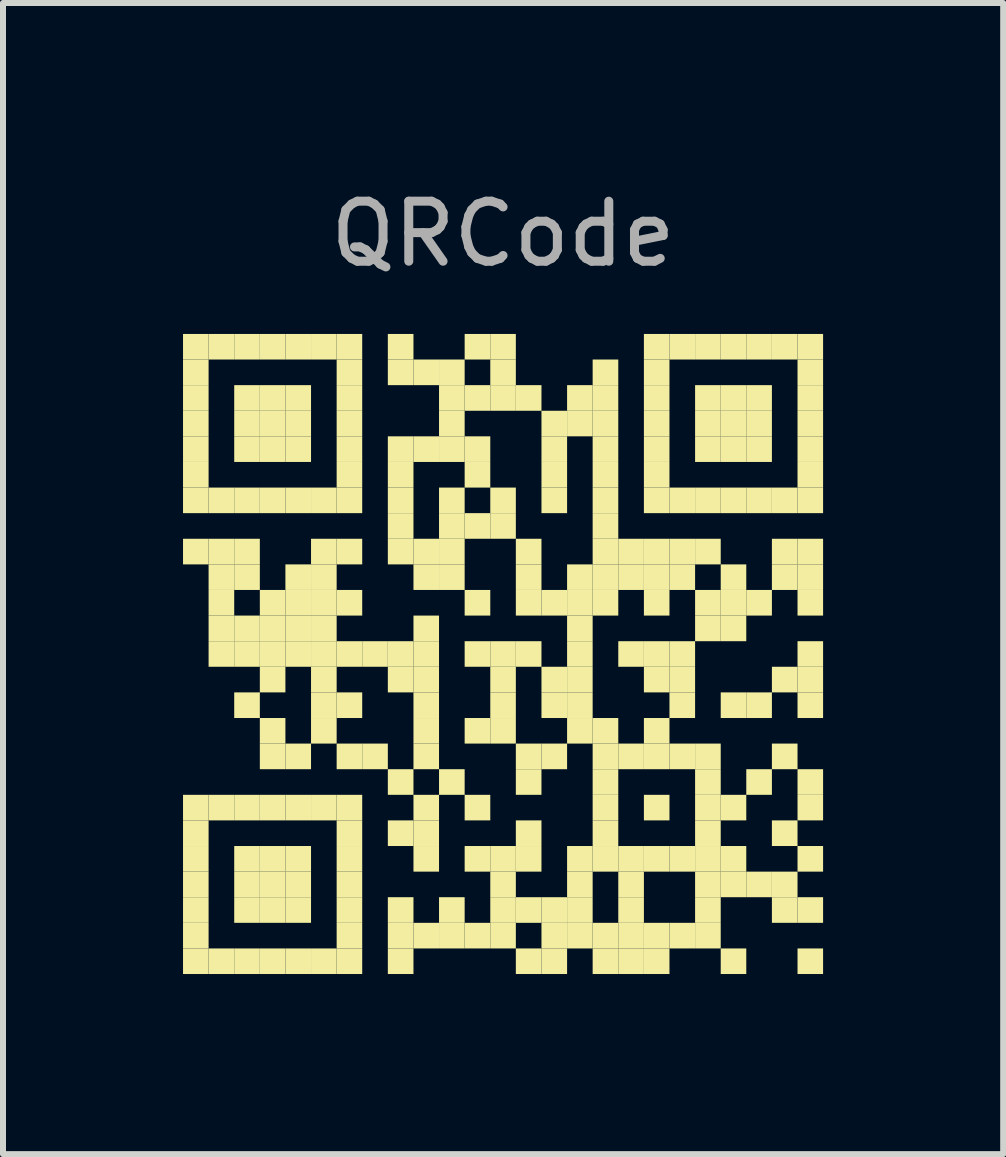
<source format=kicad_pcb>
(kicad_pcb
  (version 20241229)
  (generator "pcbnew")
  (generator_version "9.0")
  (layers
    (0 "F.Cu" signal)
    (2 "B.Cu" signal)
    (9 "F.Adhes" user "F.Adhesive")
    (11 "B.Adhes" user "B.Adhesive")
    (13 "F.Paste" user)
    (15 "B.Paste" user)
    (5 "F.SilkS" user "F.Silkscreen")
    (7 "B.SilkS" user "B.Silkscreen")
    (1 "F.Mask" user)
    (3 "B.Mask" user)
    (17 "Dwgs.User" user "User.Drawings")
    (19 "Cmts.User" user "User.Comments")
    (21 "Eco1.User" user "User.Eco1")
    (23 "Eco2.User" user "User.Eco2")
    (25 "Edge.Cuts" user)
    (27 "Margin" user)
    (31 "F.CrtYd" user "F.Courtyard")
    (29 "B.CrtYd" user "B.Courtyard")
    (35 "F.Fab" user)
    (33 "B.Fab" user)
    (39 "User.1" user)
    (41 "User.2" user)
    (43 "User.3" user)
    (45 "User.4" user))
  (footprint "QRCode"
    (layer "F.Cu")
    (at 5.333 7.848)
    (property "Reference" "QRCode" (at 0 -7 0) (layer "F.Fab") (effects (font (size 1 1) (thickness 0.15))))
    (attr smd)
    (fp_poly (pts (xy -5.333 -5.333) (xy -4.907 -5.333) (xy -4.907 -4.907) (xy -5.333 -4.907) (xy -5.333 -5.333)) (stroke (width 0) (type solid)) (fill yes) (layer "F.SilkS"))
    (fp_poly (pts (xy -5.333 -4.907) (xy -4.907 -4.907) (xy -4.907 -4.48) (xy -5.333 -4.48) (xy -5.333 -4.907)) (stroke (width 0) (type solid)) (fill yes) (layer "F.SilkS"))
    (fp_poly (pts (xy -5.333 -4.48) (xy -4.907 -4.48) (xy -4.907 -4.053) (xy -5.333 -4.053) (xy -5.333 -4.48)) (stroke (width 0) (type solid)) (fill yes) (layer "F.SilkS"))
    (fp_poly (pts (xy -5.333 -4.053) (xy -4.907 -4.053) (xy -4.907 -3.627) (xy -5.333 -3.627) (xy -5.333 -4.053)) (stroke (width 0) (type solid)) (fill yes) (layer "F.SilkS"))
    (fp_poly (pts (xy -5.333 -3.627) (xy -4.907 -3.627) (xy -4.907 -3.2) (xy -5.333 -3.2) (xy -5.333 -3.627)) (stroke (width 0) (type solid)) (fill yes) (layer "F.SilkS"))
    (fp_poly (pts (xy -5.333 -3.2) (xy -4.907 -3.2) (xy -4.907 -2.773) (xy -5.333 -2.773) (xy -5.333 -3.2)) (stroke (width 0) (type solid)) (fill yes) (layer "F.SilkS"))
    (fp_poly (pts (xy -5.333 -2.773) (xy -4.907 -2.773) (xy -4.907 -2.347) (xy -5.333 -2.347) (xy -5.333 -2.773)) (stroke (width 0) (type solid)) (fill yes) (layer "F.SilkS"))
    (fp_poly (pts (xy -5.333 -1.92) (xy -4.907 -1.92) (xy -4.907 -1.493) (xy -5.333 -1.493) (xy -5.333 -1.92)) (stroke (width 0) (type solid)) (fill yes) (layer "F.SilkS"))
    (fp_poly (pts (xy -5.333 2.347) (xy -4.907 2.347) (xy -4.907 2.773) (xy -5.333 2.773) (xy -5.333 2.347)) (stroke (width 0) (type solid)) (fill yes) (layer "F.SilkS"))
    (fp_poly (pts (xy -5.333 2.773) (xy -4.907 2.773) (xy -4.907 3.2) (xy -5.333 3.2) (xy -5.333 2.773)) (stroke (width 0) (type solid)) (fill yes) (layer "F.SilkS"))
    (fp_poly (pts (xy -5.333 3.2) (xy -4.907 3.2) (xy -4.907 3.627) (xy -5.333 3.627) (xy -5.333 3.2)) (stroke (width 0) (type solid)) (fill yes) (layer "F.SilkS"))
    (fp_poly (pts (xy -5.333 3.627) (xy -4.907 3.627) (xy -4.907 4.053) (xy -5.333 4.053) (xy -5.333 3.627)) (stroke (width 0) (type solid)) (fill yes) (layer "F.SilkS"))
    (fp_poly (pts (xy -5.333 4.053) (xy -4.907 4.053) (xy -4.907 4.48) (xy -5.333 4.48) (xy -5.333 4.053)) (stroke (width 0) (type solid)) (fill yes) (layer "F.SilkS"))
    (fp_poly (pts (xy -5.333 4.48) (xy -4.907 4.48) (xy -4.907 4.907) (xy -5.333 4.907) (xy -5.333 4.48)) (stroke (width 0) (type solid)) (fill yes) (layer "F.SilkS"))
    (fp_poly (pts (xy -5.333 4.907) (xy -4.907 4.907) (xy -4.907 5.333) (xy -5.333 5.333) (xy -5.333 4.907)) (stroke (width 0) (type solid)) (fill yes) (layer "F.SilkS"))
    (fp_poly (pts (xy -4.907 -5.333) (xy -4.48 -5.333) (xy -4.48 -4.907) (xy -4.907 -4.907) (xy -4.907 -5.333)) (stroke (width 0) (type solid)) (fill yes) (layer "F.SilkS"))
    (fp_poly (pts (xy -4.907 -2.773) (xy -4.48 -2.773) (xy -4.48 -2.347) (xy -4.907 -2.347) (xy -4.907 -2.773)) (stroke (width 0) (type solid)) (fill yes) (layer "F.SilkS"))
    (fp_poly (pts (xy -4.907 -1.92) (xy -4.48 -1.92) (xy -4.48 -1.493) (xy -4.907 -1.493) (xy -4.907 -1.92)) (stroke (width 0) (type solid)) (fill yes) (layer "F.SilkS"))
    (fp_poly (pts (xy -4.907 -1.493) (xy -4.48 -1.493) (xy -4.48 -1.067) (xy -4.907 -1.067) (xy -4.907 -1.493)) (stroke (width 0) (type solid)) (fill yes) (layer "F.SilkS"))
    (fp_poly (pts (xy -4.907 -1.067) (xy -4.48 -1.067) (xy -4.48 -0.64) (xy -4.907 -0.64) (xy -4.907 -1.067)) (stroke (width 0) (type solid)) (fill yes) (layer "F.SilkS"))
    (fp_poly (pts (xy -4.907 -0.64) (xy -4.48 -0.64) (xy -4.48 -0.213) (xy -4.907 -0.213) (xy -4.907 -0.64)) (stroke (width 0) (type solid)) (fill yes) (layer "F.SilkS"))
    (fp_poly (pts (xy -4.907 -0.213) (xy -4.48 -0.213) (xy -4.48 0.213) (xy -4.907 0.213) (xy -4.907 -0.213)) (stroke (width 0) (type solid)) (fill yes) (layer "F.SilkS"))
    (fp_poly (pts (xy -4.907 2.347) (xy -4.48 2.347) (xy -4.48 2.773) (xy -4.907 2.773) (xy -4.907 2.347)) (stroke (width 0) (type solid)) (fill yes) (layer "F.SilkS"))
    (fp_poly (pts (xy -4.907 4.907) (xy -4.48 4.907) (xy -4.48 5.333) (xy -4.907 5.333) (xy -4.907 4.907)) (stroke (width 0) (type solid)) (fill yes) (layer "F.SilkS"))
    (fp_poly (pts (xy -4.48 -5.333) (xy -4.053 -5.333) (xy -4.053 -4.907) (xy -4.48 -4.907) (xy -4.48 -5.333)) (stroke (width 0) (type solid)) (fill yes) (layer "F.SilkS"))
    (fp_poly (pts (xy -4.48 -4.48) (xy -4.053 -4.48) (xy -4.053 -4.053) (xy -4.48 -4.053) (xy -4.48 -4.48)) (stroke (width 0) (type solid)) (fill yes) (layer "F.SilkS"))
    (fp_poly (pts (xy -4.48 -4.053) (xy -4.053 -4.053) (xy -4.053 -3.627) (xy -4.48 -3.627) (xy -4.48 -4.053)) (stroke (width 0) (type solid)) (fill yes) (layer "F.SilkS"))
    (fp_poly (pts (xy -4.48 -3.627) (xy -4.053 -3.627) (xy -4.053 -3.2) (xy -4.48 -3.2) (xy -4.48 -3.627)) (stroke (width 0) (type solid)) (fill yes) (layer "F.SilkS"))
    (fp_poly (pts (xy -4.48 -2.773) (xy -4.053 -2.773) (xy -4.053 -2.347) (xy -4.48 -2.347) (xy -4.48 -2.773)) (stroke (width 0) (type solid)) (fill yes) (layer "F.SilkS"))
    (fp_poly (pts (xy -4.48 -1.92) (xy -4.053 -1.92) (xy -4.053 -1.493) (xy -4.48 -1.493) (xy -4.48 -1.92)) (stroke (width 0) (type solid)) (fill yes) (layer "F.SilkS"))
    (fp_poly (pts (xy -4.48 -1.493) (xy -4.053 -1.493) (xy -4.053 -1.067) (xy -4.48 -1.067) (xy -4.48 -1.493)) (stroke (width 0) (type solid)) (fill yes) (layer "F.SilkS"))
    (fp_poly (pts (xy -4.48 -0.64) (xy -4.053 -0.64) (xy -4.053 -0.213) (xy -4.48 -0.213) (xy -4.48 -0.64)) (stroke (width 0) (type solid)) (fill yes) (layer "F.SilkS"))
    (fp_poly (pts (xy -4.48 -0.213) (xy -4.053 -0.213) (xy -4.053 0.213) (xy -4.48 0.213) (xy -4.48 -0.213)) (stroke (width 0) (type solid)) (fill yes) (layer "F.SilkS"))
    (fp_poly (pts (xy -4.48 0.64) (xy -4.053 0.64) (xy -4.053 1.067) (xy -4.48 1.067) (xy -4.48 0.64)) (stroke (width 0) (type solid)) (fill yes) (layer "F.SilkS"))
    (fp_poly (pts (xy -4.48 2.347) (xy -4.053 2.347) (xy -4.053 2.773) (xy -4.48 2.773) (xy -4.48 2.347)) (stroke (width 0) (type solid)) (fill yes) (layer "F.SilkS"))
    (fp_poly (pts (xy -4.48 3.2) (xy -4.053 3.2) (xy -4.053 3.627) (xy -4.48 3.627) (xy -4.48 3.2)) (stroke (width 0) (type solid)) (fill yes) (layer "F.SilkS"))
    (fp_poly (pts (xy -4.48 3.627) (xy -4.053 3.627) (xy -4.053 4.053) (xy -4.48 4.053) (xy -4.48 3.627)) (stroke (width 0) (type solid)) (fill yes) (layer "F.SilkS"))
    (fp_poly (pts (xy -4.48 4.053) (xy -4.053 4.053) (xy -4.053 4.48) (xy -4.48 4.48) (xy -4.48 4.053)) (stroke (width 0) (type solid)) (fill yes) (layer "F.SilkS"))
    (fp_poly (pts (xy -4.48 4.907) (xy -4.053 4.907) (xy -4.053 5.333) (xy -4.48 5.333) (xy -4.48 4.907)) (stroke (width 0) (type solid)) (fill yes) (layer "F.SilkS"))
    (fp_poly (pts (xy -4.053 -5.333) (xy -3.627 -5.333) (xy -3.627 -4.907) (xy -4.053 -4.907) (xy -4.053 -5.333)) (stroke (width 0) (type solid)) (fill yes) (layer "F.SilkS"))
    (fp_poly (pts (xy -4.053 -4.48) (xy -3.627 -4.48) (xy -3.627 -4.053) (xy -4.053 -4.053) (xy -4.053 -4.48)) (stroke (width 0) (type solid)) (fill yes) (layer "F.SilkS"))
    (fp_poly (pts (xy -4.053 -4.053) (xy -3.627 -4.053) (xy -3.627 -3.627) (xy -4.053 -3.627) (xy -4.053 -4.053)) (stroke (width 0) (type solid)) (fill yes) (layer "F.SilkS"))
    (fp_poly (pts (xy -4.053 -3.627) (xy -3.627 -3.627) (xy -3.627 -3.2) (xy -4.053 -3.2) (xy -4.053 -3.627)) (stroke (width 0) (type solid)) (fill yes) (layer "F.SilkS"))
    (fp_poly (pts (xy -4.053 -2.773) (xy -3.627 -2.773) (xy -3.627 -2.347) (xy -4.053 -2.347) (xy -4.053 -2.773)) (stroke (width 0) (type solid)) (fill yes) (layer "F.SilkS"))
    (fp_poly (pts (xy -4.053 -1.067) (xy -3.627 -1.067) (xy -3.627 -0.64) (xy -4.053 -0.64) (xy -4.053 -1.067)) (stroke (width 0) (type solid)) (fill yes) (layer "F.SilkS"))
    (fp_poly (pts (xy -4.053 -0.64) (xy -3.627 -0.64) (xy -3.627 -0.213) (xy -4.053 -0.213) (xy -4.053 -0.64)) (stroke (width 0) (type solid)) (fill yes) (layer "F.SilkS"))
    (fp_poly (pts (xy -4.053 -0.213) (xy -3.627 -0.213) (xy -3.627 0.213) (xy -4.053 0.213) (xy -4.053 -0.213)) (stroke (width 0) (type solid)) (fill yes) (layer "F.SilkS"))
    (fp_poly (pts (xy -4.053 0.213) (xy -3.627 0.213) (xy -3.627 0.64) (xy -4.053 0.64) (xy -4.053 0.213)) (stroke (width 0) (type solid)) (fill yes) (layer "F.SilkS"))
    (fp_poly (pts (xy -4.053 1.067) (xy -3.627 1.067) (xy -3.627 1.493) (xy -4.053 1.493) (xy -4.053 1.067)) (stroke (width 0) (type solid)) (fill yes) (layer "F.SilkS"))
    (fp_poly (pts (xy -4.053 1.493) (xy -3.627 1.493) (xy -3.627 1.92) (xy -4.053 1.92) (xy -4.053 1.493)) (stroke (width 0) (type solid)) (fill yes) (layer "F.SilkS"))
    (fp_poly (pts (xy -4.053 2.347) (xy -3.627 2.347) (xy -3.627 2.773) (xy -4.053 2.773) (xy -4.053 2.347)) (stroke (width 0) (type solid)) (fill yes) (layer "F.SilkS"))
    (fp_poly (pts (xy -4.053 3.2) (xy -3.627 3.2) (xy -3.627 3.627) (xy -4.053 3.627) (xy -4.053 3.2)) (stroke (width 0) (type solid)) (fill yes) (layer "F.SilkS"))
    (fp_poly (pts (xy -4.053 3.627) (xy -3.627 3.627) (xy -3.627 4.053) (xy -4.053 4.053) (xy -4.053 3.627)) (stroke (width 0) (type solid)) (fill yes) (layer "F.SilkS"))
    (fp_poly (pts (xy -4.053 4.053) (xy -3.627 4.053) (xy -3.627 4.48) (xy -4.053 4.48) (xy -4.053 4.053)) (stroke (width 0) (type solid)) (fill yes) (layer "F.SilkS"))
    (fp_poly (pts (xy -4.053 4.907) (xy -3.627 4.907) (xy -3.627 5.333) (xy -4.053 5.333) (xy -4.053 4.907)) (stroke (width 0) (type solid)) (fill yes) (layer "F.SilkS"))
    (fp_poly (pts (xy -3.627 -5.333) (xy -3.2 -5.333) (xy -3.2 -4.907) (xy -3.627 -4.907) (xy -3.627 -5.333)) (stroke (width 0) (type solid)) (fill yes) (layer "F.SilkS"))
    (fp_poly (pts (xy -3.627 -4.48) (xy -3.2 -4.48) (xy -3.2 -4.053) (xy -3.627 -4.053) (xy -3.627 -4.48)) (stroke (width 0) (type solid)) (fill yes) (layer "F.SilkS"))
    (fp_poly (pts (xy -3.627 -4.053) (xy -3.2 -4.053) (xy -3.2 -3.627) (xy -3.627 -3.627) (xy -3.627 -4.053)) (stroke (width 0) (type solid)) (fill yes) (layer "F.SilkS"))
    (fp_poly (pts (xy -3.627 -3.627) (xy -3.2 -3.627) (xy -3.2 -3.2) (xy -3.627 -3.2) (xy -3.627 -3.627)) (stroke (width 0) (type solid)) (fill yes) (layer "F.SilkS"))
    (fp_poly (pts (xy -3.627 -2.773) (xy -3.2 -2.773) (xy -3.2 -2.347) (xy -3.627 -2.347) (xy -3.627 -2.773)) (stroke (width 0) (type solid)) (fill yes) (layer "F.SilkS"))
    (fp_poly (pts (xy -3.627 -1.493) (xy -3.2 -1.493) (xy -3.2 -1.067) (xy -3.627 -1.067) (xy -3.627 -1.493)) (stroke (width 0) (type solid)) (fill yes) (layer "F.SilkS"))
    (fp_poly (pts (xy -3.627 -1.067) (xy -3.2 -1.067) (xy -3.2 -0.64) (xy -3.627 -0.64) (xy -3.627 -1.067)) (stroke (width 0) (type solid)) (fill yes) (layer "F.SilkS"))
    (fp_poly (pts (xy -3.627 -0.64) (xy -3.2 -0.64) (xy -3.2 -0.213) (xy -3.627 -0.213) (xy -3.627 -0.64)) (stroke (width 0) (type solid)) (fill yes) (layer "F.SilkS"))
    (fp_poly (pts (xy -3.627 -0.213) (xy -3.2 -0.213) (xy -3.2 0.213) (xy -3.627 0.213) (xy -3.627 -0.213)) (stroke (width 0) (type solid)) (fill yes) (layer "F.SilkS"))
    (fp_poly (pts (xy -3.627 1.493) (xy -3.2 1.493) (xy -3.2 1.92) (xy -3.627 1.92) (xy -3.627 1.493)) (stroke (width 0) (type solid)) (fill yes) (layer "F.SilkS"))
    (fp_poly (pts (xy -3.627 2.347) (xy -3.2 2.347) (xy -3.2 2.773) (xy -3.627 2.773) (xy -3.627 2.347)) (stroke (width 0) (type solid)) (fill yes) (layer "F.SilkS"))
    (fp_poly (pts (xy -3.627 3.2) (xy -3.2 3.2) (xy -3.2 3.627) (xy -3.627 3.627) (xy -3.627 3.2)) (stroke (width 0) (type solid)) (fill yes) (layer "F.SilkS"))
    (fp_poly (pts (xy -3.627 3.627) (xy -3.2 3.627) (xy -3.2 4.053) (xy -3.627 4.053) (xy -3.627 3.627)) (stroke (width 0) (type solid)) (fill yes) (layer "F.SilkS"))
    (fp_poly (pts (xy -3.627 4.053) (xy -3.2 4.053) (xy -3.2 4.48) (xy -3.627 4.48) (xy -3.627 4.053)) (stroke (width 0) (type solid)) (fill yes) (layer "F.SilkS"))
    (fp_poly (pts (xy -3.627 4.907) (xy -3.2 4.907) (xy -3.2 5.333) (xy -3.627 5.333) (xy -3.627 4.907)) (stroke (width 0) (type solid)) (fill yes) (layer "F.SilkS"))
    (fp_poly (pts (xy -3.2 -5.333) (xy -2.773 -5.333) (xy -2.773 -4.907) (xy -3.2 -4.907) (xy -3.2 -5.333)) (stroke (width 0) (type solid)) (fill yes) (layer "F.SilkS"))
    (fp_poly (pts (xy -3.2 -2.773) (xy -2.773 -2.773) (xy -2.773 -2.347) (xy -3.2 -2.347) (xy -3.2 -2.773)) (stroke (width 0) (type solid)) (fill yes) (layer "F.SilkS"))
    (fp_poly (pts (xy -3.2 -1.92) (xy -2.773 -1.92) (xy -2.773 -1.493) (xy -3.2 -1.493) (xy -3.2 -1.92)) (stroke (width 0) (type solid)) (fill yes) (layer "F.SilkS"))
    (fp_poly (pts (xy -3.2 -1.493) (xy -2.773 -1.493) (xy -2.773 -1.067) (xy -3.2 -1.067) (xy -3.2 -1.493)) (stroke (width 0) (type solid)) (fill yes) (layer "F.SilkS"))
    (fp_poly (pts (xy -3.2 -1.067) (xy -2.773 -1.067) (xy -2.773 -0.64) (xy -3.2 -0.64) (xy -3.2 -1.067)) (stroke (width 0) (type solid)) (fill yes) (layer "F.SilkS"))
    (fp_poly (pts (xy -3.2 -0.64) (xy -2.773 -0.64) (xy -2.773 -0.213) (xy -3.2 -0.213) (xy -3.2 -0.64)) (stroke (width 0) (type solid)) (fill yes) (layer "F.SilkS"))
    (fp_poly (pts (xy -3.2 -0.213) (xy -2.773 -0.213) (xy -2.773 0.213) (xy -3.2 0.213) (xy -3.2 -0.213)) (stroke (width 0) (type solid)) (fill yes) (layer "F.SilkS"))
    (fp_poly (pts (xy -3.2 0.213) (xy -2.773 0.213) (xy -2.773 0.64) (xy -3.2 0.64) (xy -3.2 0.213)) (stroke (width 0) (type solid)) (fill yes) (layer "F.SilkS"))
    (fp_poly (pts (xy -3.2 0.64) (xy -2.773 0.64) (xy -2.773 1.067) (xy -3.2 1.067) (xy -3.2 0.64)) (stroke (width 0) (type solid)) (fill yes) (layer "F.SilkS"))
    (fp_poly (pts (xy -3.2 1.067) (xy -2.773 1.067) (xy -2.773 1.493) (xy -3.2 1.493) (xy -3.2 1.067)) (stroke (width 0) (type solid)) (fill yes) (layer "F.SilkS"))
    (fp_poly (pts (xy -3.2 2.347) (xy -2.773 2.347) (xy -2.773 2.773) (xy -3.2 2.773) (xy -3.2 2.347)) (stroke (width 0) (type solid)) (fill yes) (layer "F.SilkS"))
    (fp_poly (pts (xy -3.2 4.907) (xy -2.773 4.907) (xy -2.773 5.333) (xy -3.2 5.333) (xy -3.2 4.907)) (stroke (width 0) (type solid)) (fill yes) (layer "F.SilkS"))
    (fp_poly (pts (xy -2.773 -5.333) (xy -2.347 -5.333) (xy -2.347 -4.907) (xy -2.773 -4.907) (xy -2.773 -5.333)) (stroke (width 0) (type solid)) (fill yes) (layer "F.SilkS"))
    (fp_poly (pts (xy -2.773 -4.907) (xy -2.347 -4.907) (xy -2.347 -4.48) (xy -2.773 -4.48) (xy -2.773 -4.907)) (stroke (width 0) (type solid)) (fill yes) (layer "F.SilkS"))
    (fp_poly (pts (xy -2.773 -4.48) (xy -2.347 -4.48) (xy -2.347 -4.053) (xy -2.773 -4.053) (xy -2.773 -4.48)) (stroke (width 0) (type solid)) (fill yes) (layer "F.SilkS"))
    (fp_poly (pts (xy -2.773 -4.053) (xy -2.347 -4.053) (xy -2.347 -3.627) (xy -2.773 -3.627) (xy -2.773 -4.053)) (stroke (width 0) (type solid)) (fill yes) (layer "F.SilkS"))
    (fp_poly (pts (xy -2.773 -3.627) (xy -2.347 -3.627) (xy -2.347 -3.2) (xy -2.773 -3.2) (xy -2.773 -3.627)) (stroke (width 0) (type solid)) (fill yes) (layer "F.SilkS"))
    (fp_poly (pts (xy -2.773 -3.2) (xy -2.347 -3.2) (xy -2.347 -2.773) (xy -2.773 -2.773) (xy -2.773 -3.2)) (stroke (width 0) (type solid)) (fill yes) (layer "F.SilkS"))
    (fp_poly (pts (xy -2.773 -2.773) (xy -2.347 -2.773) (xy -2.347 -2.347) (xy -2.773 -2.347) (xy -2.773 -2.773)) (stroke (width 0) (type solid)) (fill yes) (layer "F.SilkS"))
    (fp_poly (pts (xy -2.773 -1.92) (xy -2.347 -1.92) (xy -2.347 -1.493) (xy -2.773 -1.493) (xy -2.773 -1.92)) (stroke (width 0) (type solid)) (fill yes) (layer "F.SilkS"))
    (fp_poly (pts (xy -2.773 -1.067) (xy -2.347 -1.067) (xy -2.347 -0.64) (xy -2.773 -0.64) (xy -2.773 -1.067)) (stroke (width 0) (type solid)) (fill yes) (layer "F.SilkS"))
    (fp_poly (pts (xy -2.773 -0.213) (xy -2.347 -0.213) (xy -2.347 0.213) (xy -2.773 0.213) (xy -2.773 -0.213)) (stroke (width 0) (type solid)) (fill yes) (layer "F.SilkS"))
    (fp_poly (pts (xy -2.773 0.64) (xy -2.347 0.64) (xy -2.347 1.067) (xy -2.773 1.067) (xy -2.773 0.64)) (stroke (width 0) (type solid)) (fill yes) (layer "F.SilkS"))
    (fp_poly (pts (xy -2.773 1.493) (xy -2.347 1.493) (xy -2.347 1.92) (xy -2.773 1.92) (xy -2.773 1.493)) (stroke (width 0) (type solid)) (fill yes) (layer "F.SilkS"))
    (fp_poly (pts (xy -2.773 2.347) (xy -2.347 2.347) (xy -2.347 2.773) (xy -2.773 2.773) (xy -2.773 2.347)) (stroke (width 0) (type solid)) (fill yes) (layer "F.SilkS"))
    (fp_poly (pts (xy -2.773 2.773) (xy -2.347 2.773) (xy -2.347 3.2) (xy -2.773 3.2) (xy -2.773 2.773)) (stroke (width 0) (type solid)) (fill yes) (layer "F.SilkS"))
    (fp_poly (pts (xy -2.773 3.2) (xy -2.347 3.2) (xy -2.347 3.627) (xy -2.773 3.627) (xy -2.773 3.2)) (stroke (width 0) (type solid)) (fill yes) (layer "F.SilkS"))
    (fp_poly (pts (xy -2.773 3.627) (xy -2.347 3.627) (xy -2.347 4.053) (xy -2.773 4.053) (xy -2.773 3.627)) (stroke (width 0) (type solid)) (fill yes) (layer "F.SilkS"))
    (fp_poly (pts (xy -2.773 4.053) (xy -2.347 4.053) (xy -2.347 4.48) (xy -2.773 4.48) (xy -2.773 4.053)) (stroke (width 0) (type solid)) (fill yes) (layer "F.SilkS"))
    (fp_poly (pts (xy -2.773 4.48) (xy -2.347 4.48) (xy -2.347 4.907) (xy -2.773 4.907) (xy -2.773 4.48)) (stroke (width 0) (type solid)) (fill yes) (layer "F.SilkS"))
    (fp_poly (pts (xy -2.773 4.907) (xy -2.347 4.907) (xy -2.347 5.333) (xy -2.773 5.333) (xy -2.773 4.907)) (stroke (width 0) (type solid)) (fill yes) (layer "F.SilkS"))
    (fp_poly (pts (xy -2.347 -0.213) (xy -1.92 -0.213) (xy -1.92 0.213) (xy -2.347 0.213) (xy -2.347 -0.213)) (stroke (width 0) (type solid)) (fill yes) (layer "F.SilkS"))
    (fp_poly (pts (xy -2.347 1.493) (xy -1.92 1.493) (xy -1.92 1.92) (xy -2.347 1.92) (xy -2.347 1.493)) (stroke (width 0) (type solid)) (fill yes) (layer "F.SilkS"))
    (fp_poly (pts (xy -1.92 -5.333) (xy -1.493 -5.333) (xy -1.493 -4.907) (xy -1.92 -4.907) (xy -1.92 -5.333)) (stroke (width 0) (type solid)) (fill yes) (layer "F.SilkS"))
    (fp_poly (pts (xy -1.92 -4.907) (xy -1.493 -4.907) (xy -1.493 -4.48) (xy -1.92 -4.48) (xy -1.92 -4.907)) (stroke (width 0) (type solid)) (fill yes) (layer "F.SilkS"))
    (fp_poly (pts (xy -1.92 -3.627) (xy -1.493 -3.627) (xy -1.493 -3.2) (xy -1.92 -3.2) (xy -1.92 -3.627)) (stroke (width 0) (type solid)) (fill yes) (layer "F.SilkS"))
    (fp_poly (pts (xy -1.92 -3.2) (xy -1.493 -3.2) (xy -1.493 -2.773) (xy -1.92 -2.773) (xy -1.92 -3.2)) (stroke (width 0) (type solid)) (fill yes) (layer "F.SilkS"))
    (fp_poly (pts (xy -1.92 -2.773) (xy -1.493 -2.773) (xy -1.493 -2.347) (xy -1.92 -2.347) (xy -1.92 -2.773)) (stroke (width 0) (type solid)) (fill yes) (layer "F.SilkS"))
    (fp_poly (pts (xy -1.92 -2.347) (xy -1.493 -2.347) (xy -1.493 -1.92) (xy -1.92 -1.92) (xy -1.92 -2.347)) (stroke (width 0) (type solid)) (fill yes) (layer "F.SilkS"))
    (fp_poly (pts (xy -1.92 -1.92) (xy -1.493 -1.92) (xy -1.493 -1.493) (xy -1.92 -1.493) (xy -1.92 -1.92)) (stroke (width 0) (type solid)) (fill yes) (layer "F.SilkS"))
    (fp_poly (pts (xy -1.92 -0.213) (xy -1.493 -0.213) (xy -1.493 0.213) (xy -1.92 0.213) (xy -1.92 -0.213)) (stroke (width 0) (type solid)) (fill yes) (layer "F.SilkS"))
    (fp_poly (pts (xy -1.92 0.213) (xy -1.493 0.213) (xy -1.493 0.64) (xy -1.92 0.64) (xy -1.92 0.213)) (stroke (width 0) (type solid)) (fill yes) (layer "F.SilkS"))
    (fp_poly (pts (xy -1.92 1.92) (xy -1.493 1.92) (xy -1.493 2.347) (xy -1.92 2.347) (xy -1.92 1.92)) (stroke (width 0) (type solid)) (fill yes) (layer "F.SilkS"))
    (fp_poly (pts (xy -1.92 2.773) (xy -1.493 2.773) (xy -1.493 3.2) (xy -1.92 3.2) (xy -1.92 2.773)) (stroke (width 0) (type solid)) (fill yes) (layer "F.SilkS"))
    (fp_poly (pts (xy -1.92 4.053) (xy -1.493 4.053) (xy -1.493 4.48) (xy -1.92 4.48) (xy -1.92 4.053)) (stroke (width 0) (type solid)) (fill yes) (layer "F.SilkS"))
    (fp_poly (pts (xy -1.92 4.48) (xy -1.493 4.48) (xy -1.493 4.907) (xy -1.92 4.907) (xy -1.92 4.48)) (stroke (width 0) (type solid)) (fill yes) (layer "F.SilkS"))
    (fp_poly (pts (xy -1.92 4.907) (xy -1.493 4.907) (xy -1.493 5.333) (xy -1.92 5.333) (xy -1.92 4.907)) (stroke (width 0) (type solid)) (fill yes) (layer "F.SilkS"))
    (fp_poly (pts (xy -1.493 -4.907) (xy -1.067 -4.907) (xy -1.067 -4.48) (xy -1.493 -4.48) (xy -1.493 -4.907)) (stroke (width 0) (type solid)) (fill yes) (layer "F.SilkS"))
    (fp_poly (pts (xy -1.493 -3.627) (xy -1.067 -3.627) (xy -1.067 -3.2) (xy -1.493 -3.2) (xy -1.493 -3.627)) (stroke (width 0) (type solid)) (fill yes) (layer "F.SilkS"))
    (fp_poly (pts (xy -1.493 -1.92) (xy -1.067 -1.92) (xy -1.067 -1.493) (xy -1.493 -1.493) (xy -1.493 -1.92)) (stroke (width 0) (type solid)) (fill yes) (layer "F.SilkS"))
    (fp_poly (pts (xy -1.493 -1.493) (xy -1.067 -1.493) (xy -1.067 -1.067) (xy -1.493 -1.067) (xy -1.493 -1.493)) (stroke (width 0) (type solid)) (fill yes) (layer "F.SilkS"))
    (fp_poly (pts (xy -1.493 -0.64) (xy -1.067 -0.64) (xy -1.067 -0.213) (xy -1.493 -0.213) (xy -1.493 -0.64)) (stroke (width 0) (type solid)) (fill yes) (layer "F.SilkS"))
    (fp_poly (pts (xy -1.493 -0.213) (xy -1.067 -0.213) (xy -1.067 0.213) (xy -1.493 0.213) (xy -1.493 -0.213)) (stroke (width 0) (type solid)) (fill yes) (layer "F.SilkS"))
    (fp_poly (pts (xy -1.493 0.213) (xy -1.067 0.213) (xy -1.067 0.64) (xy -1.493 0.64) (xy -1.493 0.213)) (stroke (width 0) (type solid)) (fill yes) (layer "F.SilkS"))
    (fp_poly (pts (xy -1.493 0.64) (xy -1.067 0.64) (xy -1.067 1.067) (xy -1.493 1.067) (xy -1.493 0.64)) (stroke (width 0) (type solid)) (fill yes) (layer "F.SilkS"))
    (fp_poly (pts (xy -1.493 1.067) (xy -1.067 1.067) (xy -1.067 1.493) (xy -1.493 1.493) (xy -1.493 1.067)) (stroke (width 0) (type solid)) (fill yes) (layer "F.SilkS"))
    (fp_poly (pts (xy -1.493 1.493) (xy -1.067 1.493) (xy -1.067 1.92) (xy -1.493 1.92) (xy -1.493 1.493)) (stroke (width 0) (type solid)) (fill yes) (layer "F.SilkS"))
    (fp_poly (pts (xy -1.493 2.347) (xy -1.067 2.347) (xy -1.067 2.773) (xy -1.493 2.773) (xy -1.493 2.347)) (stroke (width 0) (type solid)) (fill yes) (layer "F.SilkS"))
    (fp_poly (pts (xy -1.493 2.773) (xy -1.067 2.773) (xy -1.067 3.2) (xy -1.493 3.2) (xy -1.493 2.773)) (stroke (width 0) (type solid)) (fill yes) (layer "F.SilkS"))
    (fp_poly (pts (xy -1.493 3.2) (xy -1.067 3.2) (xy -1.067 3.627) (xy -1.493 3.627) (xy -1.493 3.2)) (stroke (width 0) (type solid)) (fill yes) (layer "F.SilkS"))
    (fp_poly (pts (xy -1.493 4.48) (xy -1.067 4.48) (xy -1.067 4.907) (xy -1.493 4.907) (xy -1.493 4.48)) (stroke (width 0) (type solid)) (fill yes) (layer "F.SilkS"))
    (fp_poly (pts (xy -1.067 -4.907) (xy -0.64 -4.907) (xy -0.64 -4.48) (xy -1.067 -4.48) (xy -1.067 -4.907)) (stroke (width 0) (type solid)) (fill yes) (layer "F.SilkS"))
    (fp_poly (pts (xy -1.067 -4.48) (xy -0.64 -4.48) (xy -0.64 -4.053) (xy -1.067 -4.053) (xy -1.067 -4.48)) (stroke (width 0) (type solid)) (fill yes) (layer "F.SilkS"))
    (fp_poly (pts (xy -1.067 -4.053) (xy -0.64 -4.053) (xy -0.64 -3.627) (xy -1.067 -3.627) (xy -1.067 -4.053)) (stroke (width 0) (type solid)) (fill yes) (layer "F.SilkS"))
    (fp_poly (pts (xy -1.067 -3.627) (xy -0.64 -3.627) (xy -0.64 -3.2) (xy -1.067 -3.2) (xy -1.067 -3.627)) (stroke (width 0) (type solid)) (fill yes) (layer "F.SilkS"))
    (fp_poly (pts (xy -1.067 -2.773) (xy -0.64 -2.773) (xy -0.64 -2.347) (xy -1.067 -2.347) (xy -1.067 -2.773)) (stroke (width 0) (type solid)) (fill yes) (layer "F.SilkS"))
    (fp_poly (pts (xy -1.067 -2.347) (xy -0.64 -2.347) (xy -0.64 -1.92) (xy -1.067 -1.92) (xy -1.067 -2.347)) (stroke (width 0) (type solid)) (fill yes) (layer "F.SilkS"))
    (fp_poly (pts (xy -1.067 -1.92) (xy -0.64 -1.92) (xy -0.64 -1.493) (xy -1.067 -1.493) (xy -1.067 -1.92)) (stroke (width 0) (type solid)) (fill yes) (layer "F.SilkS"))
    (fp_poly (pts (xy -1.067 -1.493) (xy -0.64 -1.493) (xy -0.64 -1.067) (xy -1.067 -1.067) (xy -1.067 -1.493)) (stroke (width 0) (type solid)) (fill yes) (layer "F.SilkS"))
    (fp_poly (pts (xy -1.067 1.92) (xy -0.64 1.92) (xy -0.64 2.347) (xy -1.067 2.347) (xy -1.067 1.92)) (stroke (width 0) (type solid)) (fill yes) (layer "F.SilkS"))
    (fp_poly (pts (xy -1.067 4.053) (xy -0.64 4.053) (xy -0.64 4.48) (xy -1.067 4.48) (xy -1.067 4.053)) (stroke (width 0) (type solid)) (fill yes) (layer "F.SilkS"))
    (fp_poly (pts (xy -1.067 4.48) (xy -0.64 4.48) (xy -0.64 4.907) (xy -1.067 4.907) (xy -1.067 4.48)) (stroke (width 0) (type solid)) (fill yes) (layer "F.SilkS"))
    (fp_poly (pts (xy -0.64 -5.333) (xy -0.213 -5.333) (xy -0.213 -4.907) (xy -0.64 -4.907) (xy -0.64 -5.333)) (stroke (width 0) (type solid)) (fill yes) (layer "F.SilkS"))
    (fp_poly (pts (xy -0.64 -4.48) (xy -0.213 -4.48) (xy -0.213 -4.053) (xy -0.64 -4.053) (xy -0.64 -4.48)) (stroke (width 0) (type solid)) (fill yes) (layer "F.SilkS"))
    (fp_poly (pts (xy -0.64 -3.627) (xy -0.213 -3.627) (xy -0.213 -3.2) (xy -0.64 -3.2) (xy -0.64 -3.627)) (stroke (width 0) (type solid)) (fill yes) (layer "F.SilkS"))
    (fp_poly (pts (xy -0.64 -3.2) (xy -0.213 -3.2) (xy -0.213 -2.773) (xy -0.64 -2.773) (xy -0.64 -3.2)) (stroke (width 0) (type solid)) (fill yes) (layer "F.SilkS"))
    (fp_poly (pts (xy -0.64 -2.347) (xy -0.213 -2.347) (xy -0.213 -1.92) (xy -0.64 -1.92) (xy -0.64 -2.347)) (stroke (width 0) (type solid)) (fill yes) (layer "F.SilkS"))
    (fp_poly (pts (xy -0.64 -1.067) (xy -0.213 -1.067) (xy -0.213 -0.64) (xy -0.64 -0.64) (xy -0.64 -1.067)) (stroke (width 0) (type solid)) (fill yes) (layer "F.SilkS"))
    (fp_poly (pts (xy -0.64 -0.213) (xy -0.213 -0.213) (xy -0.213 0.213) (xy -0.64 0.213) (xy -0.64 -0.213)) (stroke (width 0) (type solid)) (fill yes) (layer "F.SilkS"))
    (fp_poly (pts (xy -0.64 1.067) (xy -0.213 1.067) (xy -0.213 1.493) (xy -0.64 1.493) (xy -0.64 1.067)) (stroke (width 0) (type solid)) (fill yes) (layer "F.SilkS"))
    (fp_poly (pts (xy -0.64 2.347) (xy -0.213 2.347) (xy -0.213 2.773) (xy -0.64 2.773) (xy -0.64 2.347)) (stroke (width 0) (type solid)) (fill yes) (layer "F.SilkS"))
    (fp_poly (pts (xy -0.64 3.2) (xy -0.213 3.2) (xy -0.213 3.627) (xy -0.64 3.627) (xy -0.64 3.2)) (stroke (width 0) (type solid)) (fill yes) (layer "F.SilkS"))
    (fp_poly (pts (xy -0.64 4.48) (xy -0.213 4.48) (xy -0.213 4.907) (xy -0.64 4.907) (xy -0.64 4.48)) (stroke (width 0) (type solid)) (fill yes) (layer "F.SilkS"))
    (fp_poly (pts (xy -0.213 -5.333) (xy 0.213 -5.333) (xy 0.213 -4.907) (xy -0.213 -4.907) (xy -0.213 -5.333)) (stroke (width 0) (type solid)) (fill yes) (layer "F.SilkS"))
    (fp_poly (pts (xy -0.213 -4.907) (xy 0.213 -4.907) (xy 0.213 -4.48) (xy -0.213 -4.48) (xy -0.213 -4.907)) (stroke (width 0) (type solid)) (fill yes) (layer "F.SilkS"))
    (fp_poly (pts (xy -0.213 -4.48) (xy 0.213 -4.48) (xy 0.213 -4.053) (xy -0.213 -4.053) (xy -0.213 -4.48)) (stroke (width 0) (type solid)) (fill yes) (layer "F.SilkS"))
    (fp_poly (pts (xy -0.213 -2.773) (xy 0.213 -2.773) (xy 0.213 -2.347) (xy -0.213 -2.347) (xy -0.213 -2.773)) (stroke (width 0) (type solid)) (fill yes) (layer "F.SilkS"))
    (fp_poly (pts (xy -0.213 -2.347) (xy 0.213 -2.347) (xy 0.213 -1.92) (xy -0.213 -1.92) (xy -0.213 -2.347)) (stroke (width 0) (type solid)) (fill yes) (layer "F.SilkS"))
    (fp_poly (pts (xy -0.213 -0.213) (xy 0.213 -0.213) (xy 0.213 0.213) (xy -0.213 0.213) (xy -0.213 -0.213)) (stroke (width 0) (type solid)) (fill yes) (layer "F.SilkS"))
    (fp_poly (pts (xy -0.213 0.213) (xy 0.213 0.213) (xy 0.213 0.64) (xy -0.213 0.64) (xy -0.213 0.213)) (stroke (width 0) (type solid)) (fill yes) (layer "F.SilkS"))
    (fp_poly (pts (xy -0.213 0.64) (xy 0.213 0.64) (xy 0.213 1.067) (xy -0.213 1.067) (xy -0.213 0.64)) (stroke (width 0) (type solid)) (fill yes) (layer "F.SilkS"))
    (fp_poly (pts (xy -0.213 1.067) (xy 0.213 1.067) (xy 0.213 1.493) (xy -0.213 1.493) (xy -0.213 1.067)) (stroke (width 0) (type solid)) (fill yes) (layer "F.SilkS"))
    (fp_poly (pts (xy -0.213 3.2) (xy 0.213 3.2) (xy 0.213 3.627) (xy -0.213 3.627) (xy -0.213 3.2)) (stroke (width 0) (type solid)) (fill yes) (layer "F.SilkS"))
    (fp_poly (pts (xy -0.213 3.627) (xy 0.213 3.627) (xy 0.213 4.053) (xy -0.213 4.053) (xy -0.213 3.627)) (stroke (width 0) (type solid)) (fill yes) (layer "F.SilkS"))
    (fp_poly (pts (xy -0.213 4.053) (xy 0.213 4.053) (xy 0.213 4.48) (xy -0.213 4.48) (xy -0.213 4.053)) (stroke (width 0) (type solid)) (fill yes) (layer "F.SilkS"))
    (fp_poly (pts (xy -0.213 4.48) (xy 0.213 4.48) (xy 0.213 4.907) (xy -0.213 4.907) (xy -0.213 4.48)) (stroke (width 0) (type solid)) (fill yes) (layer "F.SilkS"))
    (fp_poly (pts (xy 0.213 -4.48) (xy 0.64 -4.48) (xy 0.64 -4.053) (xy 0.213 -4.053) (xy 0.213 -4.48)) (stroke (width 0) (type solid)) (fill yes) (layer "F.SilkS"))
    (fp_poly (pts (xy 0.213 -1.92) (xy 0.64 -1.92) (xy 0.64 -1.493) (xy 0.213 -1.493) (xy 0.213 -1.92)) (stroke (width 0) (type solid)) (fill yes) (layer "F.SilkS"))
    (fp_poly (pts (xy 0.213 -1.493) (xy 0.64 -1.493) (xy 0.64 -1.067) (xy 0.213 -1.067) (xy 0.213 -1.493)) (stroke (width 0) (type solid)) (fill yes) (layer "F.SilkS"))
    (fp_poly (pts (xy 0.213 -1.067) (xy 0.64 -1.067) (xy 0.64 -0.64) (xy 0.213 -0.64) (xy 0.213 -1.067)) (stroke (width 0) (type solid)) (fill yes) (layer "F.SilkS"))
    (fp_poly (pts (xy 0.213 -0.213) (xy 0.64 -0.213) (xy 0.64 0.213) (xy 0.213 0.213) (xy 0.213 -0.213)) (stroke (width 0) (type solid)) (fill yes) (layer "F.SilkS"))
    (fp_poly (pts (xy 0.213 1.493) (xy 0.64 1.493) (xy 0.64 1.92) (xy 0.213 1.92) (xy 0.213 1.493)) (stroke (width 0) (type solid)) (fill yes) (layer "F.SilkS"))
    (fp_poly (pts (xy 0.213 1.92) (xy 0.64 1.92) (xy 0.64 2.347) (xy 0.213 2.347) (xy 0.213 1.92)) (stroke (width 0) (type solid)) (fill yes) (layer "F.SilkS"))
    (fp_poly (pts (xy 0.213 2.773) (xy 0.64 2.773) (xy 0.64 3.2) (xy 0.213 3.2) (xy 0.213 2.773)) (stroke (width 0) (type solid)) (fill yes) (layer "F.SilkS"))
    (fp_poly (pts (xy 0.213 3.2) (xy 0.64 3.2) (xy 0.64 3.627) (xy 0.213 3.627) (xy 0.213 3.2)) (stroke (width 0) (type solid)) (fill yes) (layer "F.SilkS"))
    (fp_poly (pts (xy 0.213 4.053) (xy 0.64 4.053) (xy 0.64 4.48) (xy 0.213 4.48) (xy 0.213 4.053)) (stroke (width 0) (type solid)) (fill yes) (layer "F.SilkS"))
    (fp_poly (pts (xy 0.213 4.907) (xy 0.64 4.907) (xy 0.64 5.333) (xy 0.213 5.333) (xy 0.213 4.907)) (stroke (width 0) (type solid)) (fill yes) (layer "F.SilkS"))
    (fp_poly (pts (xy 0.64 -4.053) (xy 1.067 -4.053) (xy 1.067 -3.627) (xy 0.64 -3.627) (xy 0.64 -4.053)) (stroke (width 0) (type solid)) (fill yes) (layer "F.SilkS"))
    (fp_poly (pts (xy 0.64 -3.627) (xy 1.067 -3.627) (xy 1.067 -3.2) (xy 0.64 -3.2) (xy 0.64 -3.627)) (stroke (width 0) (type solid)) (fill yes) (layer "F.SilkS"))
    (fp_poly (pts (xy 0.64 -3.2) (xy 1.067 -3.2) (xy 1.067 -2.773) (xy 0.64 -2.773) (xy 0.64 -3.2)) (stroke (width 0) (type solid)) (fill yes) (layer "F.SilkS"))
    (fp_poly (pts (xy 0.64 -2.773) (xy 1.067 -2.773) (xy 1.067 -2.347) (xy 0.64 -2.347) (xy 0.64 -2.773)) (stroke (width 0) (type solid)) (fill yes) (layer "F.SilkS"))
    (fp_poly (pts (xy 0.64 -1.067) (xy 1.067 -1.067) (xy 1.067 -0.64) (xy 0.64 -0.64) (xy 0.64 -1.067)) (stroke (width 0) (type solid)) (fill yes) (layer "F.SilkS"))
    (fp_poly (pts (xy 0.64 0.213) (xy 1.067 0.213) (xy 1.067 0.64) (xy 0.64 0.64) (xy 0.64 0.213)) (stroke (width 0) (type solid)) (fill yes) (layer "F.SilkS"))
    (fp_poly (pts (xy 0.64 0.64) (xy 1.067 0.64) (xy 1.067 1.067) (xy 0.64 1.067) (xy 0.64 0.64)) (stroke (width 0) (type solid)) (fill yes) (layer "F.SilkS"))
    (fp_poly (pts (xy 0.64 1.493) (xy 1.067 1.493) (xy 1.067 1.92) (xy 0.64 1.92) (xy 0.64 1.493)) (stroke (width 0) (type solid)) (fill yes) (layer "F.SilkS"))
    (fp_poly (pts (xy 0.64 4.053) (xy 1.067 4.053) (xy 1.067 4.48) (xy 0.64 4.48) (xy 0.64 4.053)) (stroke (width 0) (type solid)) (fill yes) (layer "F.SilkS"))
    (fp_poly (pts (xy 0.64 4.48) (xy 1.067 4.48) (xy 1.067 4.907) (xy 0.64 4.907) (xy 0.64 4.48)) (stroke (width 0) (type solid)) (fill yes) (layer "F.SilkS"))
    (fp_poly (pts (xy 0.64 4.907) (xy 1.067 4.907) (xy 1.067 5.333) (xy 0.64 5.333) (xy 0.64 4.907)) (stroke (width 0) (type solid)) (fill yes) (layer "F.SilkS"))
    (fp_poly (pts (xy 1.067 -4.48) (xy 1.493 -4.48) (xy 1.493 -4.053) (xy 1.067 -4.053) (xy 1.067 -4.48)) (stroke (width 0) (type solid)) (fill yes) (layer "F.SilkS"))
    (fp_poly (pts (xy 1.067 -4.053) (xy 1.493 -4.053) (xy 1.493 -3.627) (xy 1.067 -3.627) (xy 1.067 -4.053)) (stroke (width 0) (type solid)) (fill yes) (layer "F.SilkS"))
    (fp_poly (pts (xy 1.067 -1.493) (xy 1.493 -1.493) (xy 1.493 -1.067) (xy 1.067 -1.067) (xy 1.067 -1.493)) (stroke (width 0) (type solid)) (fill yes) (layer "F.SilkS"))
    (fp_poly (pts (xy 1.067 -1.067) (xy 1.493 -1.067) (xy 1.493 -0.64) (xy 1.067 -0.64) (xy 1.067 -1.067)) (stroke (width 0) (type solid)) (fill yes) (layer "F.SilkS"))
    (fp_poly (pts (xy 1.067 -0.64) (xy 1.493 -0.64) (xy 1.493 -0.213) (xy 1.067 -0.213) (xy 1.067 -0.64)) (stroke (width 0) (type solid)) (fill yes) (layer "F.SilkS"))
    (fp_poly (pts (xy 1.067 -0.213) (xy 1.493 -0.213) (xy 1.493 0.213) (xy 1.067 0.213) (xy 1.067 -0.213)) (stroke (width 0) (type solid)) (fill yes) (layer "F.SilkS"))
    (fp_poly (pts (xy 1.067 0.213) (xy 1.493 0.213) (xy 1.493 0.64) (xy 1.067 0.64) (xy 1.067 0.213)) (stroke (width 0) (type solid)) (fill yes) (layer "F.SilkS"))
    (fp_poly (pts (xy 1.067 0.64) (xy 1.493 0.64) (xy 1.493 1.067) (xy 1.067 1.067) (xy 1.067 0.64)) (stroke (width 0) (type solid)) (fill yes) (layer "F.SilkS"))
    (fp_poly (pts (xy 1.067 1.067) (xy 1.493 1.067) (xy 1.493 1.493) (xy 1.067 1.493) (xy 1.067 1.067)) (stroke (width 0) (type solid)) (fill yes) (layer "F.SilkS"))
    (fp_poly (pts (xy 1.067 3.2) (xy 1.493 3.2) (xy 1.493 3.627) (xy 1.067 3.627) (xy 1.067 3.2)) (stroke (width 0) (type solid)) (fill yes) (layer "F.SilkS"))
    (fp_poly (pts (xy 1.067 3.627) (xy 1.493 3.627) (xy 1.493 4.053) (xy 1.067 4.053) (xy 1.067 3.627)) (stroke (width 0) (type solid)) (fill yes) (layer "F.SilkS"))
    (fp_poly (pts (xy 1.067 4.053) (xy 1.493 4.053) (xy 1.493 4.48) (xy 1.067 4.48) (xy 1.067 4.053)) (stroke (width 0) (type solid)) (fill yes) (layer "F.SilkS"))
    (fp_poly (pts (xy 1.067 4.48) (xy 1.493 4.48) (xy 1.493 4.907) (xy 1.067 4.907) (xy 1.067 4.48)) (stroke (width 0) (type solid)) (fill yes) (layer "F.SilkS"))
    (fp_poly (pts (xy 1.493 -4.907) (xy 1.92 -4.907) (xy 1.92 -4.48) (xy 1.493 -4.48) (xy 1.493 -4.907)) (stroke (width 0) (type solid)) (fill yes) (layer "F.SilkS"))
    (fp_poly (pts (xy 1.493 -4.48) (xy 1.92 -4.48) (xy 1.92 -4.053) (xy 1.493 -4.053) (xy 1.493 -4.48)) (stroke (width 0) (type solid)) (fill yes) (layer "F.SilkS"))
    (fp_poly (pts (xy 1.493 -4.053) (xy 1.92 -4.053) (xy 1.92 -3.627) (xy 1.493 -3.627) (xy 1.493 -4.053)) (stroke (width 0) (type solid)) (fill yes) (layer "F.SilkS"))
    (fp_poly (pts (xy 1.493 -3.627) (xy 1.92 -3.627) (xy 1.92 -3.2) (xy 1.493 -3.2) (xy 1.493 -3.627)) (stroke (width 0) (type solid)) (fill yes) (layer "F.SilkS"))
    (fp_poly (pts (xy 1.493 -3.2) (xy 1.92 -3.2) (xy 1.92 -2.773) (xy 1.493 -2.773) (xy 1.493 -3.2)) (stroke (width 0) (type solid)) (fill yes) (layer "F.SilkS"))
    (fp_poly (pts (xy 1.493 -2.773) (xy 1.92 -2.773) (xy 1.92 -2.347) (xy 1.493 -2.347) (xy 1.493 -2.773)) (stroke (width 0) (type solid)) (fill yes) (layer "F.SilkS"))
    (fp_poly (pts (xy 1.493 -2.347) (xy 1.92 -2.347) (xy 1.92 -1.92) (xy 1.493 -1.92) (xy 1.493 -2.347)) (stroke (width 0) (type solid)) (fill yes) (layer "F.SilkS"))
    (fp_poly (pts (xy 1.493 -1.92) (xy 1.92 -1.92) (xy 1.92 -1.493) (xy 1.493 -1.493) (xy 1.493 -1.92)) (stroke (width 0) (type solid)) (fill yes) (layer "F.SilkS"))
    (fp_poly (pts (xy 1.493 -1.493) (xy 1.92 -1.493) (xy 1.92 -1.067) (xy 1.493 -1.067) (xy 1.493 -1.493)) (stroke (width 0) (type solid)) (fill yes) (layer "F.SilkS"))
    (fp_poly (pts (xy 1.493 -1.067) (xy 1.92 -1.067) (xy 1.92 -0.64) (xy 1.493 -0.64) (xy 1.493 -1.067)) (stroke (width 0) (type solid)) (fill yes) (layer "F.SilkS"))
    (fp_poly (pts (xy 1.493 1.067) (xy 1.92 1.067) (xy 1.92 1.493) (xy 1.493 1.493) (xy 1.493 1.067)) (stroke (width 0) (type solid)) (fill yes) (layer "F.SilkS"))
    (fp_poly (pts (xy 1.493 1.493) (xy 1.92 1.493) (xy 1.92 1.92) (xy 1.493 1.92) (xy 1.493 1.493)) (stroke (width 0) (type solid)) (fill yes) (layer "F.SilkS"))
    (fp_poly (pts (xy 1.493 1.92) (xy 1.92 1.92) (xy 1.92 2.347) (xy 1.493 2.347) (xy 1.493 1.92)) (stroke (width 0) (type solid)) (fill yes) (layer "F.SilkS"))
    (fp_poly (pts (xy 1.493 2.347) (xy 1.92 2.347) (xy 1.92 2.773) (xy 1.493 2.773) (xy 1.493 2.347)) (stroke (width 0) (type solid)) (fill yes) (layer "F.SilkS"))
    (fp_poly (pts (xy 1.493 2.773) (xy 1.92 2.773) (xy 1.92 3.2) (xy 1.493 3.2) (xy 1.493 2.773)) (stroke (width 0) (type solid)) (fill yes) (layer "F.SilkS"))
    (fp_poly (pts (xy 1.493 3.2) (xy 1.92 3.2) (xy 1.92 3.627) (xy 1.493 3.627) (xy 1.493 3.2)) (stroke (width 0) (type solid)) (fill yes) (layer "F.SilkS"))
    (fp_poly (pts (xy 1.493 4.48) (xy 1.92 4.48) (xy 1.92 4.907) (xy 1.493 4.907) (xy 1.493 4.48)) (stroke (width 0) (type solid)) (fill yes) (layer "F.SilkS"))
    (fp_poly (pts (xy 1.493 4.907) (xy 1.92 4.907) (xy 1.92 5.333) (xy 1.493 5.333) (xy 1.493 4.907)) (stroke (width 0) (type solid)) (fill yes) (layer "F.SilkS"))
    (fp_poly (pts (xy 1.92 -1.92) (xy 2.347 -1.92) (xy 2.347 -1.493) (xy 1.92 -1.493) (xy 1.92 -1.92)) (stroke (width 0) (type solid)) (fill yes) (layer "F.SilkS"))
    (fp_poly (pts (xy 1.92 -1.493) (xy 2.347 -1.493) (xy 2.347 -1.067) (xy 1.92 -1.067) (xy 1.92 -1.493)) (stroke (width 0) (type solid)) (fill yes) (layer "F.SilkS"))
    (fp_poly (pts (xy 1.92 -0.213) (xy 2.347 -0.213) (xy 2.347 0.213) (xy 1.92 0.213) (xy 1.92 -0.213)) (stroke (width 0) (type solid)) (fill yes) (layer "F.SilkS"))
    (fp_poly (pts (xy 1.92 1.493) (xy 2.347 1.493) (xy 2.347 1.92) (xy 1.92 1.92) (xy 1.92 1.493)) (stroke (width 0) (type solid)) (fill yes) (layer "F.SilkS"))
    (fp_poly (pts (xy 1.92 3.2) (xy 2.347 3.2) (xy 2.347 3.627) (xy 1.92 3.627) (xy 1.92 3.2)) (stroke (width 0) (type solid)) (fill yes) (layer "F.SilkS"))
    (fp_poly (pts (xy 1.92 3.627) (xy 2.347 3.627) (xy 2.347 4.053) (xy 1.92 4.053) (xy 1.92 3.627)) (stroke (width 0) (type solid)) (fill yes) (layer "F.SilkS"))
    (fp_poly (pts (xy 1.92 4.053) (xy 2.347 4.053) (xy 2.347 4.48) (xy 1.92 4.48) (xy 1.92 4.053)) (stroke (width 0) (type solid)) (fill yes) (layer "F.SilkS"))
    (fp_poly (pts (xy 1.92 4.48) (xy 2.347 4.48) (xy 2.347 4.907) (xy 1.92 4.907) (xy 1.92 4.48)) (stroke (width 0) (type solid)) (fill yes) (layer "F.SilkS"))
    (fp_poly (pts (xy 1.92 4.907) (xy 2.347 4.907) (xy 2.347 5.333) (xy 1.92 5.333) (xy 1.92 4.907)) (stroke (width 0) (type solid)) (fill yes) (layer "F.SilkS"))
    (fp_poly (pts (xy 2.347 -5.333) (xy 2.773 -5.333) (xy 2.773 -4.907) (xy 2.347 -4.907) (xy 2.347 -5.333)) (stroke (width 0) (type solid)) (fill yes) (layer "F.SilkS"))
    (fp_poly (pts (xy 2.347 -4.907) (xy 2.773 -4.907) (xy 2.773 -4.48) (xy 2.347 -4.48) (xy 2.347 -4.907)) (stroke (width 0) (type solid)) (fill yes) (layer "F.SilkS"))
    (fp_poly (pts (xy 2.347 -4.48) (xy 2.773 -4.48) (xy 2.773 -4.053) (xy 2.347 -4.053) (xy 2.347 -4.48)) (stroke (width 0) (type solid)) (fill yes) (layer "F.SilkS"))
    (fp_poly (pts (xy 2.347 -4.053) (xy 2.773 -4.053) (xy 2.773 -3.627) (xy 2.347 -3.627) (xy 2.347 -4.053)) (stroke (width 0) (type solid)) (fill yes) (layer "F.SilkS"))
    (fp_poly (pts (xy 2.347 -3.627) (xy 2.773 -3.627) (xy 2.773 -3.2) (xy 2.347 -3.2) (xy 2.347 -3.627)) (stroke (width 0) (type solid)) (fill yes) (layer "F.SilkS"))
    (fp_poly (pts (xy 2.347 -3.2) (xy 2.773 -3.2) (xy 2.773 -2.773) (xy 2.347 -2.773) (xy 2.347 -3.2)) (stroke (width 0) (type solid)) (fill yes) (layer "F.SilkS"))
    (fp_poly (pts (xy 2.347 -2.773) (xy 2.773 -2.773) (xy 2.773 -2.347) (xy 2.347 -2.347) (xy 2.347 -2.773)) (stroke (width 0) (type solid)) (fill yes) (layer "F.SilkS"))
    (fp_poly (pts (xy 2.347 -1.92) (xy 2.773 -1.92) (xy 2.773 -1.493) (xy 2.347 -1.493) (xy 2.347 -1.92)) (stroke (width 0) (type solid)) (fill yes) (layer "F.SilkS"))
    (fp_poly (pts (xy 2.347 -1.493) (xy 2.773 -1.493) (xy 2.773 -1.067) (xy 2.347 -1.067) (xy 2.347 -1.493)) (stroke (width 0) (type solid)) (fill yes) (layer "F.SilkS"))
    (fp_poly (pts (xy 2.347 -1.067) (xy 2.773 -1.067) (xy 2.773 -0.64) (xy 2.347 -0.64) (xy 2.347 -1.067)) (stroke (width 0) (type solid)) (fill yes) (layer "F.SilkS"))
    (fp_poly (pts (xy 2.347 -0.213) (xy 2.773 -0.213) (xy 2.773 0.213) (xy 2.347 0.213) (xy 2.347 -0.213)) (stroke (width 0) (type solid)) (fill yes) (layer "F.SilkS"))
    (fp_poly (pts (xy 2.347 0.213) (xy 2.773 0.213) (xy 2.773 0.64) (xy 2.347 0.64) (xy 2.347 0.213)) (stroke (width 0) (type solid)) (fill yes) (layer "F.SilkS"))
    (fp_poly (pts (xy 2.347 1.067) (xy 2.773 1.067) (xy 2.773 1.493) (xy 2.347 1.493) (xy 2.347 1.067)) (stroke (width 0) (type solid)) (fill yes) (layer "F.SilkS"))
    (fp_poly (pts (xy 2.347 1.493) (xy 2.773 1.493) (xy 2.773 1.92) (xy 2.347 1.92) (xy 2.347 1.493)) (stroke (width 0) (type solid)) (fill yes) (layer "F.SilkS"))
    (fp_poly (pts (xy 2.347 2.347) (xy 2.773 2.347) (xy 2.773 2.773) (xy 2.347 2.773) (xy 2.347 2.347)) (stroke (width 0) (type solid)) (fill yes) (layer "F.SilkS"))
    (fp_poly (pts (xy 2.347 3.2) (xy 2.773 3.2) (xy 2.773 3.627) (xy 2.347 3.627) (xy 2.347 3.2)) (stroke (width 0) (type solid)) (fill yes) (layer "F.SilkS"))
    (fp_poly (pts (xy 2.347 4.48) (xy 2.773 4.48) (xy 2.773 4.907) (xy 2.347 4.907) (xy 2.347 4.48)) (stroke (width 0) (type solid)) (fill yes) (layer "F.SilkS"))
    (fp_poly (pts (xy 2.347 4.907) (xy 2.773 4.907) (xy 2.773 5.333) (xy 2.347 5.333) (xy 2.347 4.907)) (stroke (width 0) (type solid)) (fill yes) (layer "F.SilkS"))
    (fp_poly (pts (xy 2.773 -5.333) (xy 3.2 -5.333) (xy 3.2 -4.907) (xy 2.773 -4.907) (xy 2.773 -5.333)) (stroke (width 0) (type solid)) (fill yes) (layer "F.SilkS"))
    (fp_poly (pts (xy 2.773 -2.773) (xy 3.2 -2.773) (xy 3.2 -2.347) (xy 2.773 -2.347) (xy 2.773 -2.773)) (stroke (width 0) (type solid)) (fill yes) (layer "F.SilkS"))
    (fp_poly (pts (xy 2.773 -1.92) (xy 3.2 -1.92) (xy 3.2 -1.493) (xy 2.773 -1.493) (xy 2.773 -1.92)) (stroke (width 0) (type solid)) (fill yes) (layer "F.SilkS"))
    (fp_poly (pts (xy 2.773 -1.493) (xy 3.2 -1.493) (xy 3.2 -1.067) (xy 2.773 -1.067) (xy 2.773 -1.493)) (stroke (width 0) (type solid)) (fill yes) (layer "F.SilkS"))
    (fp_poly (pts (xy 2.773 -0.213) (xy 3.2 -0.213) (xy 3.2 0.213) (xy 2.773 0.213) (xy 2.773 -0.213)) (stroke (width 0) (type solid)) (fill yes) (layer "F.SilkS"))
    (fp_poly (pts (xy 2.773 0.213) (xy 3.2 0.213) (xy 3.2 0.64) (xy 2.773 0.64) (xy 2.773 0.213)) (stroke (width 0) (type solid)) (fill yes) (layer "F.SilkS"))
    (fp_poly (pts (xy 2.773 0.64) (xy 3.2 0.64) (xy 3.2 1.067) (xy 2.773 1.067) (xy 2.773 0.64)) (stroke (width 0) (type solid)) (fill yes) (layer "F.SilkS"))
    (fp_poly (pts (xy 2.773 1.493) (xy 3.2 1.493) (xy 3.2 1.92) (xy 2.773 1.92) (xy 2.773 1.493)) (stroke (width 0) (type solid)) (fill yes) (layer "F.SilkS"))
    (fp_poly (pts (xy 2.773 3.2) (xy 3.2 3.2) (xy 3.2 3.627) (xy 2.773 3.627) (xy 2.773 3.2)) (stroke (width 0) (type solid)) (fill yes) (layer "F.SilkS"))
    (fp_poly (pts (xy 2.773 4.48) (xy 3.2 4.48) (xy 3.2 4.907) (xy 2.773 4.907) (xy 2.773 4.48)) (stroke (width 0) (type solid)) (fill yes) (layer "F.SilkS"))
    (fp_poly (pts (xy 3.2 -5.333) (xy 3.627 -5.333) (xy 3.627 -4.907) (xy 3.2 -4.907) (xy 3.2 -5.333)) (stroke (width 0) (type solid)) (fill yes) (layer "F.SilkS"))
    (fp_poly (pts (xy 3.2 -4.48) (xy 3.627 -4.48) (xy 3.627 -4.053) (xy 3.2 -4.053) (xy 3.2 -4.48)) (stroke (width 0) (type solid)) (fill yes) (layer "F.SilkS"))
    (fp_poly (pts (xy 3.2 -4.053) (xy 3.627 -4.053) (xy 3.627 -3.627) (xy 3.2 -3.627) (xy 3.2 -4.053)) (stroke (width 0) (type solid)) (fill yes) (layer "F.SilkS"))
    (fp_poly (pts (xy 3.2 -3.627) (xy 3.627 -3.627) (xy 3.627 -3.2) (xy 3.2 -3.2) (xy 3.2 -3.627)) (stroke (width 0) (type solid)) (fill yes) (layer "F.SilkS"))
    (fp_poly (pts (xy 3.2 -2.773) (xy 3.627 -2.773) (xy 3.627 -2.347) (xy 3.2 -2.347) (xy 3.2 -2.773)) (stroke (width 0) (type solid)) (fill yes) (layer "F.SilkS"))
    (fp_poly (pts (xy 3.2 -1.92) (xy 3.627 -1.92) (xy 3.627 -1.493) (xy 3.2 -1.493) (xy 3.2 -1.92)) (stroke (width 0) (type solid)) (fill yes) (layer "F.SilkS"))
    (fp_poly (pts (xy 3.2 -1.067) (xy 3.627 -1.067) (xy 3.627 -0.64) (xy 3.2 -0.64) (xy 3.2 -1.067)) (stroke (width 0) (type solid)) (fill yes) (layer "F.SilkS"))
    (fp_poly (pts (xy 3.2 -0.64) (xy 3.627 -0.64) (xy 3.627 -0.213) (xy 3.2 -0.213) (xy 3.2 -0.64)) (stroke (width 0) (type solid)) (fill yes) (layer "F.SilkS"))
    (fp_poly (pts (xy 3.2 1.493) (xy 3.627 1.493) (xy 3.627 1.92) (xy 3.2 1.92) (xy 3.2 1.493)) (stroke (width 0) (type solid)) (fill yes) (layer "F.SilkS"))
    (fp_poly (pts (xy 3.2 1.92) (xy 3.627 1.92) (xy 3.627 2.347) (xy 3.2 2.347) (xy 3.2 1.92)) (stroke (width 0) (type solid)) (fill yes) (layer "F.SilkS"))
    (fp_poly (pts (xy 3.2 2.347) (xy 3.627 2.347) (xy 3.627 2.773) (xy 3.2 2.773) (xy 3.2 2.347)) (stroke (width 0) (type solid)) (fill yes) (layer "F.SilkS"))
    (fp_poly (pts (xy 3.2 2.773) (xy 3.627 2.773) (xy 3.627 3.2) (xy 3.2 3.2) (xy 3.2 2.773)) (stroke (width 0) (type solid)) (fill yes) (layer "F.SilkS"))
    (fp_poly (pts (xy 3.2 3.2) (xy 3.627 3.2) (xy 3.627 3.627) (xy 3.2 3.627) (xy 3.2 3.2)) (stroke (width 0) (type solid)) (fill yes) (layer "F.SilkS"))
    (fp_poly (pts (xy 3.2 3.627) (xy 3.627 3.627) (xy 3.627 4.053) (xy 3.2 4.053) (xy 3.2 3.627)) (stroke (width 0) (type solid)) (fill yes) (layer "F.SilkS"))
    (fp_poly (pts (xy 3.2 4.053) (xy 3.627 4.053) (xy 3.627 4.48) (xy 3.2 4.48) (xy 3.2 4.053)) (stroke (width 0) (type solid)) (fill yes) (layer "F.SilkS"))
    (fp_poly (pts (xy 3.2 4.48) (xy 3.627 4.48) (xy 3.627 4.907) (xy 3.2 4.907) (xy 3.2 4.48)) (stroke (width 0) (type solid)) (fill yes) (layer "F.SilkS"))
    (fp_poly (pts (xy 3.627 -5.333) (xy 4.053 -5.333) (xy 4.053 -4.907) (xy 3.627 -4.907) (xy 3.627 -5.333)) (stroke (width 0) (type solid)) (fill yes) (layer "F.SilkS"))
    (fp_poly (pts (xy 3.627 -4.48) (xy 4.053 -4.48) (xy 4.053 -4.053) (xy 3.627 -4.053) (xy 3.627 -4.48)) (stroke (width 0) (type solid)) (fill yes) (layer "F.SilkS"))
    (fp_poly (pts (xy 3.627 -4.053) (xy 4.053 -4.053) (xy 4.053 -3.627) (xy 3.627 -3.627) (xy 3.627 -4.053)) (stroke (width 0) (type solid)) (fill yes) (layer "F.SilkS"))
    (fp_poly (pts (xy 3.627 -3.627) (xy 4.053 -3.627) (xy 4.053 -3.2) (xy 3.627 -3.2) (xy 3.627 -3.627)) (stroke (width 0) (type solid)) (fill yes) (layer "F.SilkS"))
    (fp_poly (pts (xy 3.627 -2.773) (xy 4.053 -2.773) (xy 4.053 -2.347) (xy 3.627 -2.347) (xy 3.627 -2.773)) (stroke (width 0) (type solid)) (fill yes) (layer "F.SilkS"))
    (fp_poly (pts (xy 3.627 -1.493) (xy 4.053 -1.493) (xy 4.053 -1.067) (xy 3.627 -1.067) (xy 3.627 -1.493)) (stroke (width 0) (type solid)) (fill yes) (layer "F.SilkS"))
    (fp_poly (pts (xy 3.627 -1.067) (xy 4.053 -1.067) (xy 4.053 -0.64) (xy 3.627 -0.64) (xy 3.627 -1.067)) (stroke (width 0) (type solid)) (fill yes) (layer "F.SilkS"))
    (fp_poly (pts (xy 3.627 -0.64) (xy 4.053 -0.64) (xy 4.053 -0.213) (xy 3.627 -0.213) (xy 3.627 -0.64)) (stroke (width 0) (type solid)) (fill yes) (layer "F.SilkS"))
    (fp_poly (pts (xy 3.627 0.64) (xy 4.053 0.64) (xy 4.053 1.067) (xy 3.627 1.067) (xy 3.627 0.64)) (stroke (width 0) (type solid)) (fill yes) (layer "F.SilkS"))
    (fp_poly (pts (xy 3.627 2.347) (xy 4.053 2.347) (xy 4.053 2.773) (xy 3.627 2.773) (xy 3.627 2.347)) (stroke (width 0) (type solid)) (fill yes) (layer "F.SilkS"))
    (fp_poly (pts (xy 3.627 3.2) (xy 4.053 3.2) (xy 4.053 3.627) (xy 3.627 3.627) (xy 3.627 3.2)) (stroke (width 0) (type solid)) (fill yes) (layer "F.SilkS"))
    (fp_poly (pts (xy 3.627 3.627) (xy 4.053 3.627) (xy 4.053 4.053) (xy 3.627 4.053) (xy 3.627 3.627)) (stroke (width 0) (type solid)) (fill yes) (layer "F.SilkS"))
    (fp_poly (pts (xy 3.627 4.907) (xy 4.053 4.907) (xy 4.053 5.333) (xy 3.627 5.333) (xy 3.627 4.907)) (stroke (width 0) (type solid)) (fill yes) (layer "F.SilkS"))
    (fp_poly (pts (xy 4.053 -5.333) (xy 4.48 -5.333) (xy 4.48 -4.907) (xy 4.053 -4.907) (xy 4.053 -5.333)) (stroke (width 0) (type solid)) (fill yes) (layer "F.SilkS"))
    (fp_poly (pts (xy 4.053 -4.48) (xy 4.48 -4.48) (xy 4.48 -4.053) (xy 4.053 -4.053) (xy 4.053 -4.48)) (stroke (width 0) (type solid)) (fill yes) (layer "F.SilkS"))
    (fp_poly (pts (xy 4.053 -4.053) (xy 4.48 -4.053) (xy 4.48 -3.627) (xy 4.053 -3.627) (xy 4.053 -4.053)) (stroke (width 0) (type solid)) (fill yes) (layer "F.SilkS"))
    (fp_poly (pts (xy 4.053 -3.627) (xy 4.48 -3.627) (xy 4.48 -3.2) (xy 4.053 -3.2) (xy 4.053 -3.627)) (stroke (width 0) (type solid)) (fill yes) (layer "F.SilkS"))
    (fp_poly (pts (xy 4.053 -2.773) (xy 4.48 -2.773) (xy 4.48 -2.347) (xy 4.053 -2.347) (xy 4.053 -2.773)) (stroke (width 0) (type solid)) (fill yes) (layer "F.SilkS"))
    (fp_poly (pts (xy 4.053 -1.067) (xy 4.48 -1.067) (xy 4.48 -0.64) (xy 4.053 -0.64) (xy 4.053 -1.067)) (stroke (width 0) (type solid)) (fill yes) (layer "F.SilkS"))
    (fp_poly (pts (xy 4.053 0.64) (xy 4.48 0.64) (xy 4.48 1.067) (xy 4.053 1.067) (xy 4.053 0.64)) (stroke (width 0) (type solid)) (fill yes) (layer "F.SilkS"))
    (fp_poly (pts (xy 4.053 1.92) (xy 4.48 1.92) (xy 4.48 2.347) (xy 4.053 2.347) (xy 4.053 1.92)) (stroke (width 0) (type solid)) (fill yes) (layer "F.SilkS"))
    (fp_poly (pts (xy 4.053 3.627) (xy 4.48 3.627) (xy 4.48 4.053) (xy 4.053 4.053) (xy 4.053 3.627)) (stroke (width 0) (type solid)) (fill yes) (layer "F.SilkS"))
    (fp_poly (pts (xy 4.48 -5.333) (xy 4.907 -5.333) (xy 4.907 -4.907) (xy 4.48 -4.907) (xy 4.48 -5.333)) (stroke (width 0) (type solid)) (fill yes) (layer "F.SilkS"))
    (fp_poly (pts (xy 4.48 -2.773) (xy 4.907 -2.773) (xy 4.907 -2.347) (xy 4.48 -2.347) (xy 4.48 -2.773)) (stroke (width 0) (type solid)) (fill yes) (layer "F.SilkS"))
    (fp_poly (pts (xy 4.48 -1.92) (xy 4.907 -1.92) (xy 4.907 -1.493) (xy 4.48 -1.493) (xy 4.48 -1.92)) (stroke (width 0) (type solid)) (fill yes) (layer "F.SilkS"))
    (fp_poly (pts (xy 4.48 -1.493) (xy 4.907 -1.493) (xy 4.907 -1.067) (xy 4.48 -1.067) (xy 4.48 -1.493)) (stroke (width 0) (type solid)) (fill yes) (layer "F.SilkS"))
    (fp_poly (pts (xy 4.48 0.213) (xy 4.907 0.213) (xy 4.907 0.64) (xy 4.48 0.64) (xy 4.48 0.213)) (stroke (width 0) (type solid)) (fill yes) (layer "F.SilkS"))
    (fp_poly (pts (xy 4.48 1.493) (xy 4.907 1.493) (xy 4.907 1.92) (xy 4.48 1.92) (xy 4.48 1.493)) (stroke (width 0) (type solid)) (fill yes) (layer "F.SilkS"))
    (fp_poly (pts (xy 4.48 2.773) (xy 4.907 2.773) (xy 4.907 3.2) (xy 4.48 3.2) (xy 4.48 2.773)) (stroke (width 0) (type solid)) (fill yes) (layer "F.SilkS"))
    (fp_poly (pts (xy 4.48 3.627) (xy 4.907 3.627) (xy 4.907 4.053) (xy 4.48 4.053) (xy 4.48 3.627)) (stroke (width 0) (type solid)) (fill yes) (layer "F.SilkS"))
    (fp_poly (pts (xy 4.48 4.053) (xy 4.907 4.053) (xy 4.907 4.48) (xy 4.48 4.48) (xy 4.48 4.053)) (stroke (width 0) (type solid)) (fill yes) (layer "F.SilkS"))
    (fp_poly (pts (xy 4.907 -5.333) (xy 5.333 -5.333) (xy 5.333 -4.907) (xy 4.907 -4.907) (xy 4.907 -5.333)) (stroke (width 0) (type solid)) (fill yes) (layer "F.SilkS"))
    (fp_poly (pts (xy 4.907 -4.907) (xy 5.333 -4.907) (xy 5.333 -4.48) (xy 4.907 -4.48) (xy 4.907 -4.907)) (stroke (width 0) (type solid)) (fill yes) (layer "F.SilkS"))
    (fp_poly (pts (xy 4.907 -4.48) (xy 5.333 -4.48) (xy 5.333 -4.053) (xy 4.907 -4.053) (xy 4.907 -4.48)) (stroke (width 0) (type solid)) (fill yes) (layer "F.SilkS"))
    (fp_poly (pts (xy 4.907 -4.053) (xy 5.333 -4.053) (xy 5.333 -3.627) (xy 4.907 -3.627) (xy 4.907 -4.053)) (stroke (width 0) (type solid)) (fill yes) (layer "F.SilkS"))
    (fp_poly (pts (xy 4.907 -3.627) (xy 5.333 -3.627) (xy 5.333 -3.2) (xy 4.907 -3.2) (xy 4.907 -3.627)) (stroke (width 0) (type solid)) (fill yes) (layer "F.SilkS"))
    (fp_poly (pts (xy 4.907 -3.2) (xy 5.333 -3.2) (xy 5.333 -2.773) (xy 4.907 -2.773) (xy 4.907 -3.2)) (stroke (width 0) (type solid)) (fill yes) (layer "F.SilkS"))
    (fp_poly (pts (xy 4.907 -2.773) (xy 5.333 -2.773) (xy 5.333 -2.347) (xy 4.907 -2.347) (xy 4.907 -2.773)) (stroke (width 0) (type solid)) (fill yes) (layer "F.SilkS"))
    (fp_poly (pts (xy 4.907 -1.92) (xy 5.333 -1.92) (xy 5.333 -1.493) (xy 4.907 -1.493) (xy 4.907 -1.92)) (stroke (width 0) (type solid)) (fill yes) (layer "F.SilkS"))
    (fp_poly (pts (xy 4.907 -1.493) (xy 5.333 -1.493) (xy 5.333 -1.067) (xy 4.907 -1.067) (xy 4.907 -1.493)) (stroke (width 0) (type solid)) (fill yes) (layer "F.SilkS"))
    (fp_poly (pts (xy 4.907 -1.067) (xy 5.333 -1.067) (xy 5.333 -0.64) (xy 4.907 -0.64) (xy 4.907 -1.067)) (stroke (width 0) (type solid)) (fill yes) (layer "F.SilkS"))
    (fp_poly (pts (xy 4.907 -0.213) (xy 5.333 -0.213) (xy 5.333 0.213) (xy 4.907 0.213) (xy 4.907 -0.213)) (stroke (width 0) (type solid)) (fill yes) (layer "F.SilkS"))
    (fp_poly (pts (xy 4.907 0.213) (xy 5.333 0.213) (xy 5.333 0.64) (xy 4.907 0.64) (xy 4.907 0.213)) (stroke (width 0) (type solid)) (fill yes) (layer "F.SilkS"))
    (fp_poly (pts (xy 4.907 0.64) (xy 5.333 0.64) (xy 5.333 1.067) (xy 4.907 1.067) (xy 4.907 0.64)) (stroke (width 0) (type solid)) (fill yes) (layer "F.SilkS"))
    (fp_poly (pts (xy 4.907 1.92) (xy 5.333 1.92) (xy 5.333 2.347) (xy 4.907 2.347) (xy 4.907 1.92)) (stroke (width 0) (type solid)) (fill yes) (layer "F.SilkS"))
    (fp_poly (pts (xy 4.907 2.347) (xy 5.333 2.347) (xy 5.333 2.773) (xy 4.907 2.773) (xy 4.907 2.347)) (stroke (width 0) (type solid)) (fill yes) (layer "F.SilkS"))
    (fp_poly (pts (xy 4.907 3.2) (xy 5.333 3.2) (xy 5.333 3.627) (xy 4.907 3.627) (xy 4.907 3.2)) (stroke (width 0) (type solid)) (fill yes) (layer "F.SilkS"))
    (fp_poly (pts (xy 4.907 4.053) (xy 5.333 4.053) (xy 5.333 4.48) (xy 4.907 4.48) (xy 4.907 4.053)) (stroke (width 0) (type solid)) (fill yes) (layer "F.SilkS"))
    (fp_poly (pts (xy 4.907 4.907) (xy 5.333 4.907) (xy 5.333 5.333) (xy 4.907 5.333) (xy 4.907 4.907)) (stroke (width 0) (type solid)) (fill yes) (layer "F.SilkS")))
  (gr_rect
    (start -3 -3)
    (end 13.667 16.182)
    (stroke (width 0.1) (type default))
    (fill no)
    (layer "Edge.Cuts")))
</source>
